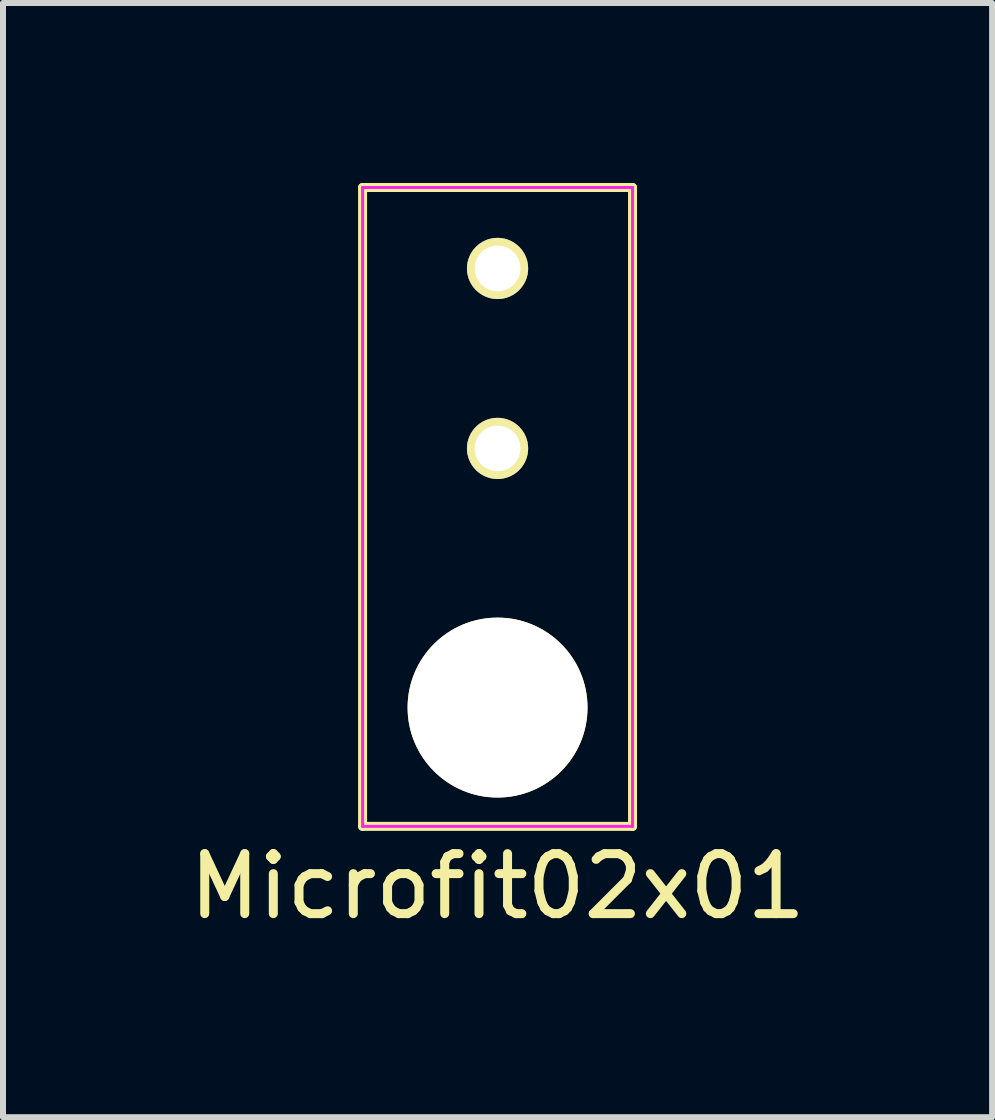
<source format=kicad_pcb>
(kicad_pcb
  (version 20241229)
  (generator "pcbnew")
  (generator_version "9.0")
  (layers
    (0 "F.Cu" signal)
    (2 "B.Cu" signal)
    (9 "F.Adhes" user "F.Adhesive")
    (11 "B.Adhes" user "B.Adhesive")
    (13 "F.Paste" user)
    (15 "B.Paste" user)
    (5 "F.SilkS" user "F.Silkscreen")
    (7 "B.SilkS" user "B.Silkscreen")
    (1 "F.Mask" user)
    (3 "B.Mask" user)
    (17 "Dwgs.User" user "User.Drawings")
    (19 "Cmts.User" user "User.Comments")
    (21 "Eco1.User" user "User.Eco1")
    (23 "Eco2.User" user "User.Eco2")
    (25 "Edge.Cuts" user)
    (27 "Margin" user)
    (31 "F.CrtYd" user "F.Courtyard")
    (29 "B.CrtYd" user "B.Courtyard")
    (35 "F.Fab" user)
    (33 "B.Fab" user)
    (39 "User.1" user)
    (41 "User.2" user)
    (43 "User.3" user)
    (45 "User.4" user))
  (footprint "Microfit02x01"
    (layer "F.Cu")
    (at 5.244 4.425)
    (property "Reference" "Microfit02x01" (at 0 7.3 0) (layer "F.SilkS") (effects (font (size 1 1) (thickness 0.15))))
    (attr through_hole)
    (fp_line (start -2.25 -4.35) (end 2.25 -4.35) (stroke (width 0.15) (type solid)) (layer "F.SilkS"))
    (fp_line (start -2.25 6.3) (end -2.25 -4.35) (stroke (width 0.15) (type solid)) (layer "F.SilkS"))
    (fp_line (start 2.25 -4.35) (end 2.25 6.3) (stroke (width 0.15) (type solid)) (layer "F.SilkS"))
    (fp_line (start 2.25 6.3) (end -2.25 6.3) (stroke (width 0.15) (type solid)) (layer "F.SilkS"))
    (fp_line (start -2.25 -4.35) (end -2.25 6.3) (stroke (width 0.05) (type solid)) (layer "F.CrtYd"))
    (fp_line (start -2.25 6.3) (end 2.25 6.3) (stroke (width 0.05) (type solid)) (layer "F.CrtYd"))
    (fp_line (start 2.25 -4.35) (end -2.25 -4.35) (stroke (width 0.05) (type solid)) (layer "F.CrtYd"))
    (fp_line (start 2.25 6.3) (end 2.25 -4.35) (stroke (width 0.05) (type solid)) (layer "F.CrtYd"))
    (pad "" thru_hole circle (at 0 4.32) (size 3 3) (drill 2.99) (layers "*.Cu" "*.Mask" "F.SilkS"))
    (pad "1" thru_hole circle (at 0 0) (size 1.02 1.02) (drill 0.762) (layers "*.Cu" "*.Mask" "F.SilkS"))
    (pad "2" thru_hole circle (at 0 -3) (size 1.02 1.02) (drill 0.762) (layers "*.Cu" "*.Mask" "F.SilkS")))
  (gr_rect
    (start -3 -3)
    (end 13.488 15.573)
    (stroke (width 0.1) (type default))
    (fill no)
    (layer "Edge.Cuts")))
</source>
